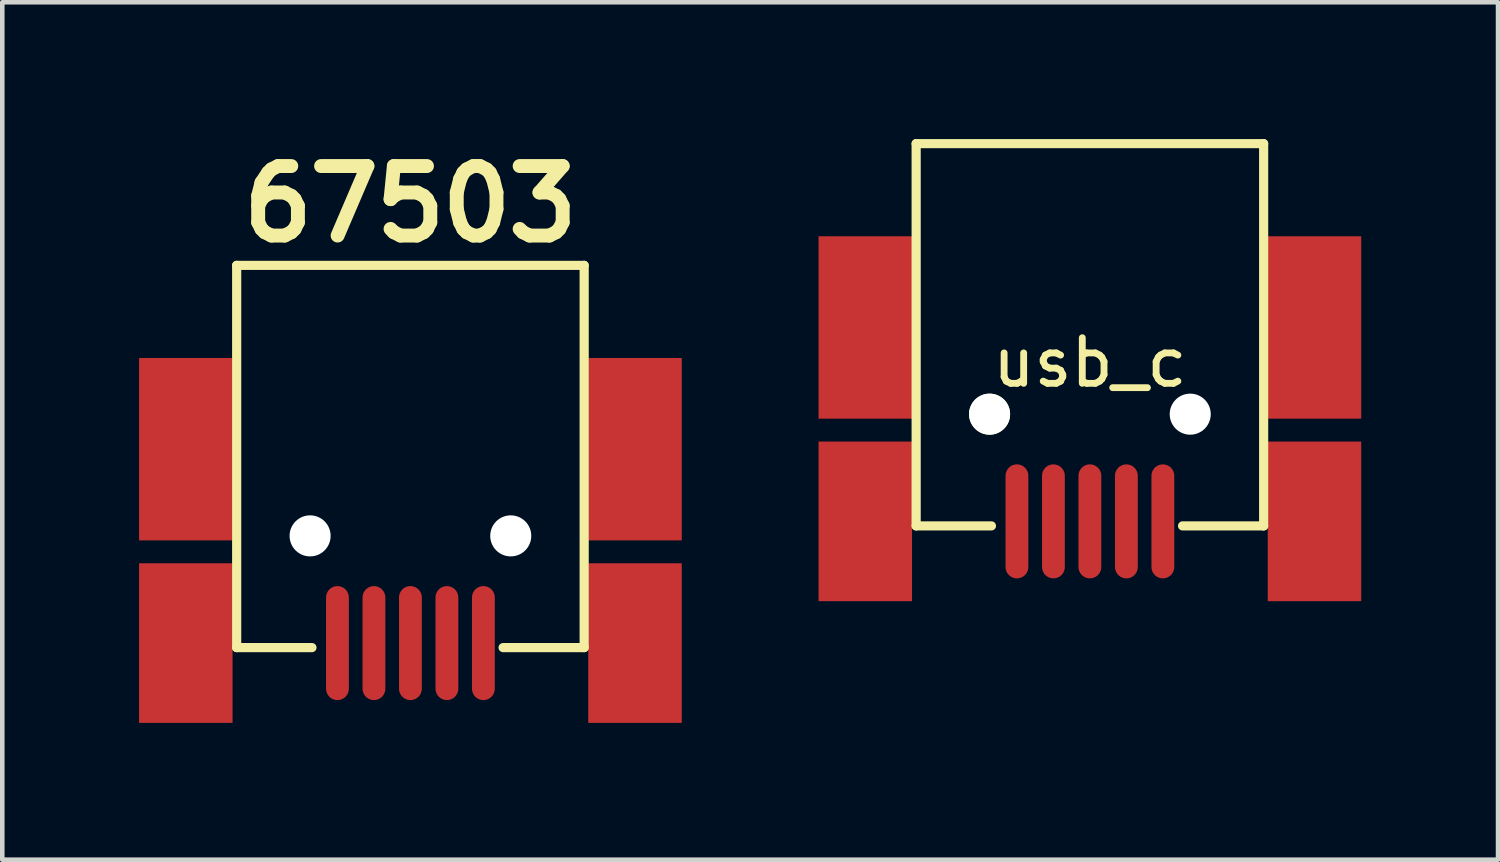
<source format=kicad_pcb>
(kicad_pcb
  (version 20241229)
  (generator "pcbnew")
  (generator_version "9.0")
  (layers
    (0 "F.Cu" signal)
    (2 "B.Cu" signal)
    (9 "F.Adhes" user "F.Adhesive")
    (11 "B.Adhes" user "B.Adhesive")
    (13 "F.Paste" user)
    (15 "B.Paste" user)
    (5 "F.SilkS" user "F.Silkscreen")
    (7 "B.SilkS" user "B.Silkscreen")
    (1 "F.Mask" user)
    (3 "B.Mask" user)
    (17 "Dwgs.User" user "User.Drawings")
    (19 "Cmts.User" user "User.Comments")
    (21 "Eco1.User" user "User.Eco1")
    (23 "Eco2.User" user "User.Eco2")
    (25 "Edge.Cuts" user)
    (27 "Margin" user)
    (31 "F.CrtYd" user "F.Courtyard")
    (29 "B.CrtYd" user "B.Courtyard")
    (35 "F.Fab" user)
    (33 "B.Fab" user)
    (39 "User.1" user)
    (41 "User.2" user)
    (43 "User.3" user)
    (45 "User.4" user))
  (footprint "usb_c"
    (layer "F.Cu")
    (at 20.85 2.132)
    (property "Reference" "usb_c" (at 0 2.769 0) (layer "F.SilkS") (effects (font (size 1 1) (thickness 0.15))))
    (attr through_hole)
    (fp_line (start -3.81 -2.032) (end 3.81 -2.032) (stroke (width 0.201) (type solid)) (layer "F.SilkS"))
    (fp_line (start -3.81 6.35) (end -3.81 -2.032) (stroke (width 0.201) (type solid)) (layer "F.SilkS"))
    (fp_line (start -2.159 6.35) (end -3.81 6.35) (stroke (width 0.201) (type solid)) (layer "F.SilkS"))
    (fp_line (start 3.81 -2.032) (end 3.81 6.35) (stroke (width 0.201) (type solid)) (layer "F.SilkS"))
    (fp_line (start 3.81 6.35) (end 2.032 6.35) (stroke (width 0.201) (type solid)) (layer "F.SilkS"))
    (pad "" smd rect (at -4.925 1.999) (size 2.05 4) (layers "F.Cu" "F.Mask" "F.Paste"))
    (pad "" smd rect (at -4.925 6.251) (size 2.05 3.5) (layers "F.Cu" "F.Mask" "F.Paste"))
    (pad "" np_thru_hole circle (at -2.2 3.9) (size 0.9 0.9) (drill 0.9) (layers "*.Cu" "*.Mask" "F.SilkS"))
    (pad "" np_thru_hole circle (at 2.2 3.9) (size 0.9 0.9) (drill 0.9) (layers "*.Cu" "*.Mask"))
    (pad "" smd rect (at 4.925 1.999) (size 2.05 4) (layers "F.Cu" "F.Mask" "F.Paste"))
    (pad "" smd rect (at 4.925 6.251) (size 2.05 3.5) (layers "F.Cu" "F.Mask" "F.Paste"))
    (pad "1" smd oval (at 1.6 6.251) (size 0.5 2.5) (layers "F.Cu" "F.Mask" "F.Paste"))
    (pad "2" smd oval (at 0.8 6.251) (size 0.5 2.5) (layers "F.Cu" "F.Mask" "F.Paste"))
    (pad "3" smd oval (at 0 6.251) (size 0.5 2.5) (layers "F.Cu" "F.Mask" "F.Paste"))
    (pad "4" smd oval (at -0.8 6.251) (size 0.5 2.5) (layers "F.Cu" "F.Mask" "F.Paste"))
    (pad "5" smd oval (at -1.6 6.251) (size 0.5 2.5) (layers "F.Cu" "F.Mask" "F.Paste")))
  (footprint "67503"
    (layer "F.Cu")
    (at 5.95 4.801)
    (property "Reference" "67503" (at 0 -3.375 0) (layer "F.SilkS") (effects (font (size 1.524 1.524) (thickness 0.305))))
    (attr smd)
    (fp_line (start -3.81 -2.032) (end 3.81 -2.032) (stroke (width 0.201) (type solid)) (layer "F.SilkS"))
    (fp_line (start -3.81 6.35) (end -3.81 -2.032) (stroke (width 0.201) (type solid)) (layer "F.SilkS"))
    (fp_line (start -2.159 6.35) (end -3.81 6.35) (stroke (width 0.201) (type solid)) (layer "F.SilkS"))
    (fp_line (start 3.81 -2.032) (end 3.81 6.35) (stroke (width 0.201) (type solid)) (layer "F.SilkS"))
    (fp_line (start 3.81 6.35) (end 2.032 6.35) (stroke (width 0.201) (type solid)) (layer "F.SilkS"))
    (pad "" smd rect (at -4.925 1.999) (size 2.05 4) (layers "F.Cu" "F.Mask" "F.Paste"))
    (pad "" smd rect (at -4.925 6.251) (size 2.05 3.5) (layers "F.Cu" "F.Mask" "F.Paste"))
    (pad "" np_thru_hole circle (at -2.2 3.9) (size 0.9 0.9) (drill 0.9) (layers "*.Cu" "*.Mask"))
    (pad "" np_thru_hole circle (at 2.2 3.9) (size 0.9 0.9) (drill 0.9) (layers "*.Cu" "*.Mask"))
    (pad "" smd rect (at 4.925 1.999) (size 2.05 4) (layers "F.Cu" "F.Mask" "F.Paste"))
    (pad "" smd rect (at 4.925 6.251) (size 2.05 3.5) (layers "F.Cu" "F.Mask" "F.Paste"))
    (pad "1" smd oval (at 1.6 6.251) (size 0.5 2.5) (layers "F.Cu" "F.Mask" "F.Paste"))
    (pad "2" smd oval (at 0.8 6.251) (size 0.5 2.5) (layers "F.Cu" "F.Mask" "F.Paste"))
    (pad "3" smd oval (at 0 6.251) (size 0.5 2.5) (layers "F.Cu" "F.Mask" "F.Paste"))
    (pad "4" smd oval (at -0.8 6.251) (size 0.5 2.5) (layers "F.Cu" "F.Mask" "F.Paste"))
    (pad "5" smd oval (at -1.6 6.251) (size 0.5 2.5) (layers "F.Cu" "F.Mask" "F.Paste")))
  (gr_rect
    (start -3 -3)
    (end 29.8 15.802)
    (stroke (width 0.1) (type default))
    (fill no)
    (layer "Edge.Cuts")))
</source>
